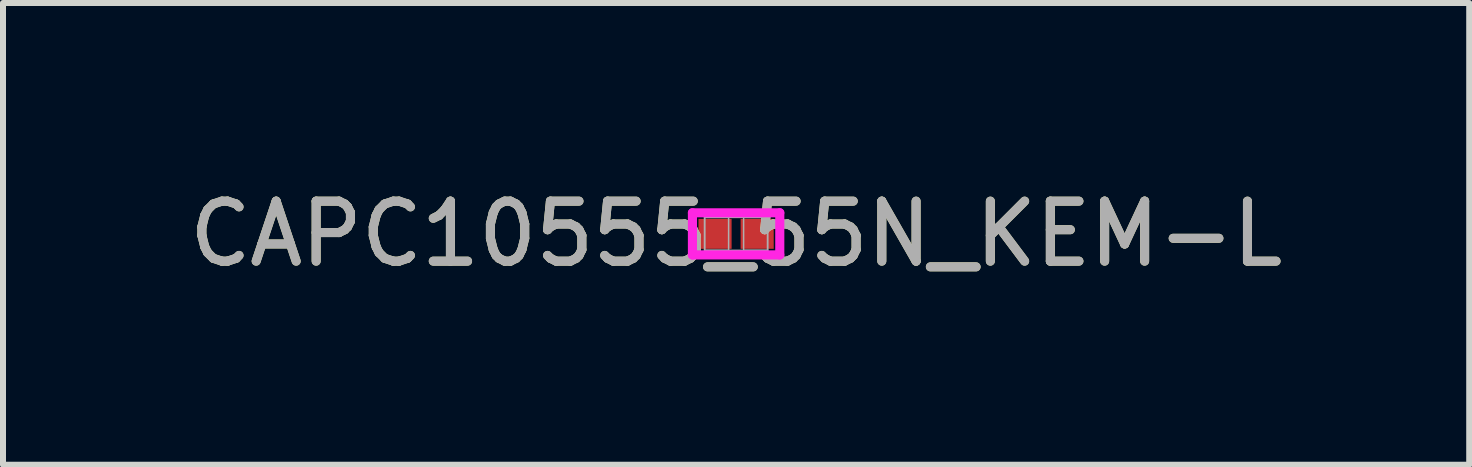
<source format=kicad_pcb>
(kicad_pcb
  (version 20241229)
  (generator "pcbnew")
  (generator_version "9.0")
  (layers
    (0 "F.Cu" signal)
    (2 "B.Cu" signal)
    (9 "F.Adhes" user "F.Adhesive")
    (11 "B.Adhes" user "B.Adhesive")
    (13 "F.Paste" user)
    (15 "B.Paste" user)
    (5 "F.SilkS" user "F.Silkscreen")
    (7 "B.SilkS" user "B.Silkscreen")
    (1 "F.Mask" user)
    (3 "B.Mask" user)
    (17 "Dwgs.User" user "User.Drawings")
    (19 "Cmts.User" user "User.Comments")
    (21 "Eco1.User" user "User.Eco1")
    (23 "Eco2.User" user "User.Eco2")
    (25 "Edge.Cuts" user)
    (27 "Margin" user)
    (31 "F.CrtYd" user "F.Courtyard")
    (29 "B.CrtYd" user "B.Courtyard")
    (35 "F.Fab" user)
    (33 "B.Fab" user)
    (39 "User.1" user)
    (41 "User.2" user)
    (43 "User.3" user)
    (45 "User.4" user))
  (footprint "CAPC10555_55N_KEM-L"
    (layer "F.Cu")
    (at 9.22 0.848)
    (property "Reference" "CAPC10555_55N_KEM-L" (at 0 0 0) (unlocked yes) (layer "F.SilkS") (effects (font (size 1 1) (thickness 0.15))))
    (attr smd)
    (fp_line (start -0.728 -0.351) (end 0.728 -0.351) (stroke (width 0.152) (type solid)) (layer "F.CrtYd"))
    (fp_line (start -0.728 0.351) (end -0.728 -0.351) (stroke (width 0.152) (type solid)) (layer "F.CrtYd"))
    (fp_line (start 0.728 -0.351) (end 0.728 0.351) (stroke (width 0.152) (type solid)) (layer "F.CrtYd"))
    (fp_line (start 0.728 0.351) (end -0.728 0.351) (stroke (width 0.152) (type solid)) (layer "F.CrtYd"))
    (fp_line (start -0.525 -0.275) (end -0.525 0.275) (stroke (width 0.025) (type solid)) (layer "F.Fab"))
    (fp_line (start -0.525 -0.275) (end -0.525 0.275) (stroke (width 0.025) (type solid)) (layer "F.Fab"))
    (fp_line (start -0.525 0.275) (end -0.125 0.275) (stroke (width 0.025) (type solid)) (layer "F.Fab"))
    (fp_line (start -0.525 0.275) (end 0.525 0.275) (stroke (width 0.025) (type solid)) (layer "F.Fab"))
    (fp_line (start -0.125 -0.275) (end -0.525 -0.275) (stroke (width 0.025) (type solid)) (layer "F.Fab"))
    (fp_line (start -0.125 0.275) (end -0.125 -0.275) (stroke (width 0.025) (type solid)) (layer "F.Fab"))
    (fp_line (start 0.125 -0.275) (end 0.125 0.275) (stroke (width 0.025) (type solid)) (layer "F.Fab"))
    (fp_line (start 0.125 0.275) (end 0.525 0.275) (stroke (width 0.025) (type solid)) (layer "F.Fab"))
    (fp_line (start 0.525 -0.275) (end -0.525 -0.275) (stroke (width 0.025) (type solid)) (layer "F.Fab"))
    (fp_line (start 0.525 -0.275) (end 0.125 -0.275) (stroke (width 0.025) (type solid)) (layer "F.Fab"))
    (fp_line (start 0.525 0.275) (end 0.525 -0.275) (stroke (width 0.025) (type solid)) (layer "F.Fab"))
    (fp_line (start 0.525 0.275) (end 0.525 -0.275) (stroke (width 0.025) (type solid)) (layer "F.Fab"))
    (fp_text user "${REFERENCE}" (at 0 0 0) (unlocked yes) (layer "F.Fab") (effects (font (size 1 1) (thickness 0.15))))
    (pad "1" smd rect (at -0.351 0) (size 0.552 0.499) (layers "F.Cu" "F.Mask" "F.Paste"))
    (pad "2" smd rect (at 0.351 0) (size 0.552 0.499) (layers "F.Cu" "F.Mask" "F.Paste"))
    (zone (net_name "") (layer "F.Cu") (hatch full 0.508) (connect_pads) (min_thickness 0.254) (filled_areas_thickness no) (keepout (tracks not_allowed) (vias not_allowed) (pads allowed) (copperpour not_allowed) (footprints allowed)) (placement (enabled no)) (fill) (polygon (pts (xy 9.196 0.624) (xy 9.244 0.624) (xy 9.244 1.072) (xy 9.196 1.072)))))
  (gr_rect
    (start -3 -3)
    (end 21.44 4.697)
    (stroke (width 0.1) (type default))
    (fill no)
    (layer "Edge.Cuts")))
</source>
